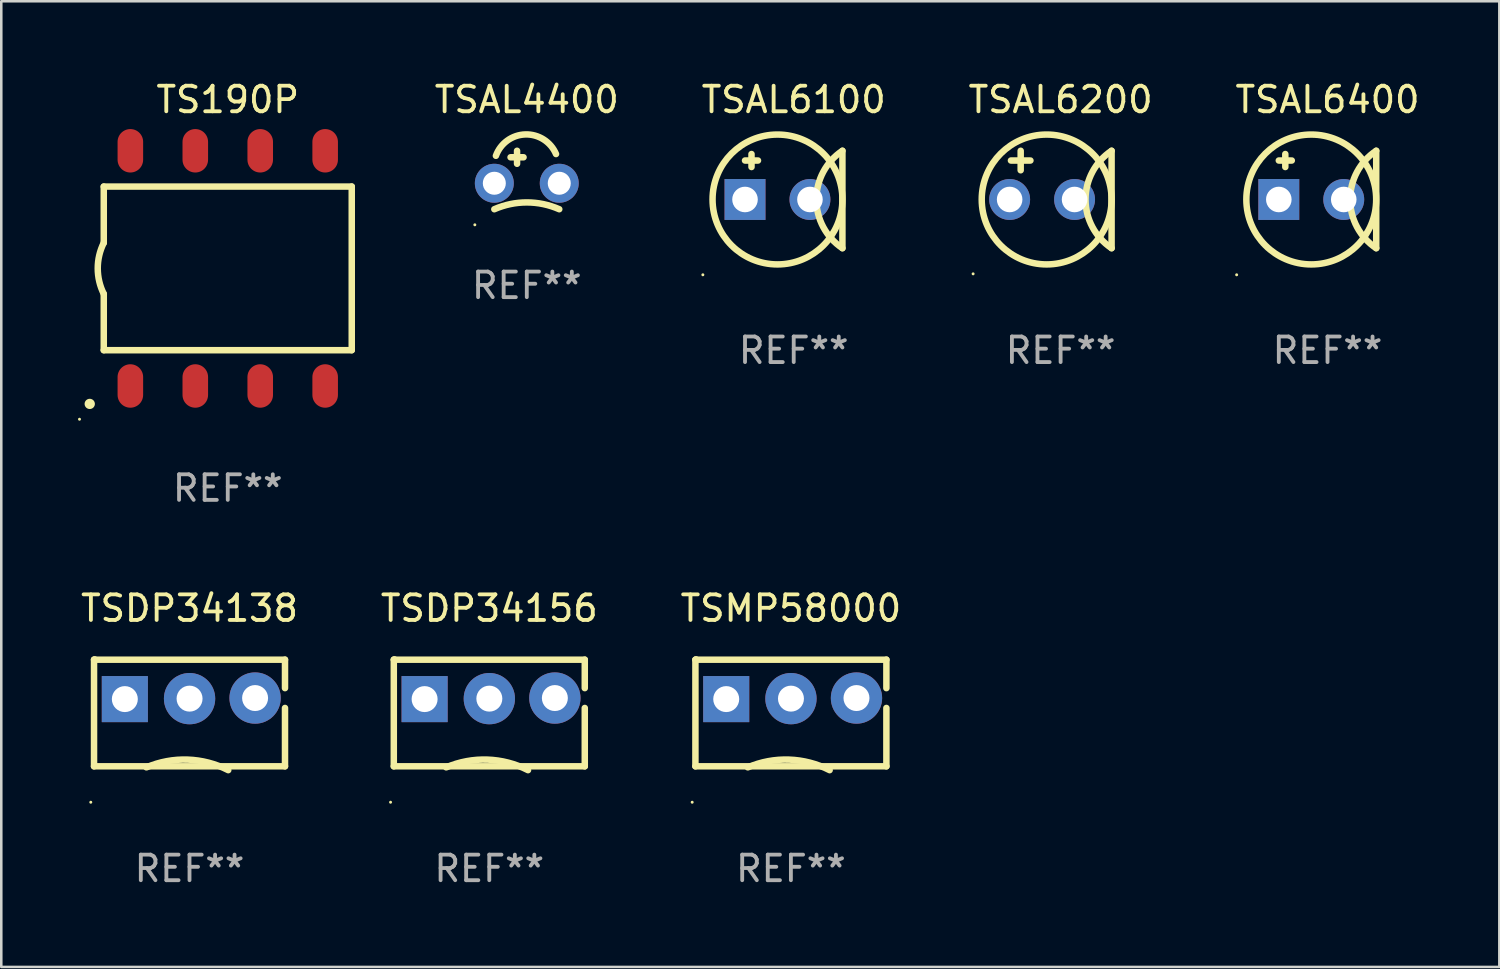
<source format=kicad_pcb>
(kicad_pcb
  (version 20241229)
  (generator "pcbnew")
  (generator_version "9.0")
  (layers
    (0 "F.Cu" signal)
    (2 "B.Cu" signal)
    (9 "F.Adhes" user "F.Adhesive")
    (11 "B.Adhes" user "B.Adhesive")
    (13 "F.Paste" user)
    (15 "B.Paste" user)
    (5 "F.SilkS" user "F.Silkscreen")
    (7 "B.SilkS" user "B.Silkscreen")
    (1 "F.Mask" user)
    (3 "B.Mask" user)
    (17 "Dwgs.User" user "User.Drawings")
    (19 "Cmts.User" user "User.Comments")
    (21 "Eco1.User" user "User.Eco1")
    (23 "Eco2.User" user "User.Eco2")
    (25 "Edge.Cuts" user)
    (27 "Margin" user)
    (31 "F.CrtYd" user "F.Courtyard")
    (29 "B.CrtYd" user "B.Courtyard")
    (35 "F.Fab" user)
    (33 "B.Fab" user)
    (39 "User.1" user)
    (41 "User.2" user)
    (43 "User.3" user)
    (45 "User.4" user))
  (footprint "TSAL6400"
    (layer "F.Cu")
    (at 48.877 4.753)
    (property "Reference" "TSAL6400" (at 0 -3.905 0) (layer "F.SilkS") (effects (font (size 1 1) (thickness 0.15))))
    (attr through_hole)
    (fp_line (start -1.905 -1.524) (end -1.397 -1.524) (stroke (width 0.254) (type solid)) (layer "F.SilkS"))
    (fp_line (start -1.651 -1.778) (end -1.651 -1.27) (stroke (width 0.254) (type solid)) (layer "F.SilkS"))
    (fp_line (start 1.905 1.905) (end 1.905 -1.905) (stroke (width 0.254) (type solid)) (layer "F.SilkS"))
    (fp_arc (start 1.904999 1.905) (mid 0.885477 0) (end 1.904999 -1.905) (stroke (width 0.254001) (type solid)) (layer "F.SilkS"))
    (fp_circle (center -3.554 2.946) (end -3.524 2.946) (stroke (width 0.06) (type solid)) (fill no) (layer "F.SilkS"))
    (fp_circle (center -0.635 0) (end 1.905 0) (stroke (width 0.254) (type solid)) (fill no) (layer "F.SilkS"))
    (fp_text user "REF**" (at 0 5.905 0) (layer "F.Fab") (effects (font (size 1 1) (thickness 0.15))))
    (pad "1" thru_hole rect (at -1.905 0) (size 1.6 1.6) (drill 1) (layers "*.Cu" "*.Mask"))
    (pad "2" thru_hole circle (at 0.635 0) (size 1.6 1.6) (drill 1) (layers "*.Cu" "*.Mask")))
  (footprint "TSAL4400"
    (layer "F.Cu")
    (at 17.556 3.483)
    (property "Reference" "TSAL4400" (at 0 -2.635 0) (layer "F.SilkS") (effects (font (size 1 1) (thickness 0.15))))
    (attr through_hole)
    (fp_line (start -0.635 -0.381) (end -0.127 -0.381) (stroke (width 0.254) (type solid)) (layer "F.SilkS"))
    (fp_line (start -0.381 -0.635) (end -0.381 -0.127) (stroke (width 0.254) (type solid)) (layer "F.SilkS"))
    (fp_arc (start -1.270003 1.651003) (mid 0 1.384802) (end 1.270002 1.651003) (stroke (width 0.254001) (type solid)) (layer "F.SilkS"))
    (fp_arc (start -1.208153 -0.438913) (mid -0.056118 -1.274652) (end 1.143002 -0.508001) (stroke (width 0.254001) (type solid)) (layer "F.SilkS"))
    (fp_circle (center -2.032 2.261) (end -2.002 2.261) (stroke (width 0.06) (type solid)) (fill no) (layer "F.SilkS"))
    (fp_text user "REF**" (at 0 4.635 0) (layer "F.Fab") (effects (font (size 1 1) (thickness 0.15))))
    (pad "1" thru_hole circle (at -1.27 0.635) (size 1.524 1.524) (drill 0.9) (layers "*.Cu" "*.Mask"))
    (pad "2" thru_hole circle (at 1.27 0.635) (size 1.524 1.524) (drill 0.9) (layers "*.Cu" "*.Mask")))
  (footprint "TS190P"
    (layer "F.Cu")
    (at 5.859 7.448)
    (property "Reference" "TS190P" (at 0 -6.6 0) (layer "F.SilkS") (effects (font (size 1 1) (thickness 0.15))))
    (attr through_hole)
    (fp_line (start -4.85 -3.2) (end -4.85 -1) (stroke (width 0.254) (type solid)) (layer "F.SilkS"))
    (fp_line (start -4.85 -3.2) (end 4.85 -3.2) (stroke (width 0.254) (type solid)) (layer "F.SilkS"))
    (fp_line (start -4.85 3.2) (end -4.85 1) (stroke (width 0.254) (type solid)) (layer "F.SilkS"))
    (fp_line (start 4.85 -3.2) (end 4.85 3.2) (stroke (width 0.254) (type solid)) (layer "F.SilkS"))
    (fp_line (start 4.85 3.2) (end -4.85 3.2) (stroke (width 0.254) (type solid)) (layer "F.SilkS"))
    (fp_arc (start -5.400051 5.300991) (mid -5.398781 5.300987) (end -5.397511 5.300991) (stroke (width 0.4) (type solid)) (layer "F.SilkS"))
    (fp_arc (start -4.84887 1.000762) (mid -5.085418 0.000516) (end -4.850013 -1) (stroke (width 0.254001) (type solid)) (layer "F.SilkS"))
    (fp_circle (center -5.799 5.901) (end -5.769 5.901) (stroke (width 0.06) (type solid)) (fill no) (layer "F.SilkS"))
    (fp_text user "REF**" (at 0 8.6 0) (layer "F.Fab") (effects (font (size 1 1) (thickness 0.15))))
    (pad "1" smd oval (at -3.81 4.6) (size 1 1.7) (layers "F.Cu" "F.Mask" "F.Paste"))
    (pad "2" smd oval (at -1.27 4.6) (size 1 1.7) (layers "F.Cu" "F.Mask" "F.Paste"))
    (pad "3" smd oval (at 1.27 4.6) (size 1 1.7) (layers "F.Cu" "F.Mask" "F.Paste"))
    (pad "4" smd oval (at 3.81 4.6) (size 1 1.7) (layers "F.Cu" "F.Mask" "F.Paste"))
    (pad "5" smd oval (at 3.81 -4.6 180) (size 1 1.7) (layers "F.Cu" "F.Mask" "F.Paste"))
    (pad "6" smd oval (at 1.27 -4.6 180) (size 1 1.7) (layers "F.Cu" "F.Mask" "F.Paste"))
    (pad "7" smd oval (at -1.27 -4.6 180) (size 1 1.7) (layers "F.Cu" "F.Mask" "F.Paste"))
    (pad "8" smd oval (at -3.81 -4.6 180) (size 1 1.7) (layers "F.Cu" "F.Mask" "F.Paste")))
  (footprint "TSDP34156"
    (layer "F.Cu")
    (at 16.089 24.835)
    (property "Reference" "TSDP34156" (at 0 -4.09 0) (layer "F.SilkS") (effects (font (size 1 1) (thickness 0.15))))
    (attr through_hole)
    (fp_line (start -3.735 -2.081) (end -3.705 -2.09) (stroke (width 0.254) (type solid)) (layer "F.SilkS"))
    (fp_line (start -3.735 2.09) (end -3.735 -2.081) (stroke (width 0.254) (type solid)) (layer "F.SilkS"))
    (fp_line (start -3.725 -2.08) (end 3.735 -2.081) (stroke (width 0.254) (type solid)) (layer "F.SilkS"))
    (fp_line (start 3.735 -2.081) (end 3.735 -0.968) (stroke (width 0.254) (type solid)) (layer "F.SilkS"))
    (fp_line (start 3.735 -0.192) (end 3.735 2.09) (stroke (width 0.254) (type solid)) (layer "F.SilkS"))
    (fp_line (start 3.735 2.09) (end -3.735 2.09) (stroke (width 0.254) (type solid)) (layer "F.SilkS"))
    (fp_arc (start -1.684912 2.130175) (mid -0.072561 1.828006) (end 1.515241 2.240158) (stroke (width 0.254001) (type solid)) (layer "F.SilkS"))
    (fp_circle (center -3.862 3.495) (end -3.832 3.495) (stroke (width 0.06) (type solid)) (fill no) (layer "F.SilkS"))
    (fp_text user "REF**" (at 0 6.09 0) (layer "F.Fab") (effects (font (size 1 1) (thickness 0.15))))
    (pad "1" thru_hole rect (at -2.53 -0.539) (size 1.803 1.803) (drill 1.016) (layers "*.Cu" "*.Mask"))
    (pad "2" thru_hole circle (at 0.002 -0.557) (size 2.007 2.007) (drill 1.016) (layers "*.Cu" "*.Mask"))
    (pad "3" thru_hole circle (at 2.565 -0.58) (size 2.007 2.007) (drill 1.016) (layers "*.Cu" "*.Mask")))
  (footprint "TSDP34138"
    (layer "F.Cu")
    (at 4.363 24.835)
    (property "Reference" "TSDP34138" (at 0 -4.09 0) (layer "F.SilkS") (effects (font (size 1 1) (thickness 0.15))))
    (attr through_hole)
    (fp_line (start -3.735 -2.081) (end -3.705 -2.09) (stroke (width 0.254) (type solid)) (layer "F.SilkS"))
    (fp_line (start -3.735 2.09) (end -3.735 -2.081) (stroke (width 0.254) (type solid)) (layer "F.SilkS"))
    (fp_line (start -3.725 -2.08) (end 3.735 -2.081) (stroke (width 0.254) (type solid)) (layer "F.SilkS"))
    (fp_line (start 3.735 -2.081) (end 3.735 -0.968) (stroke (width 0.254) (type solid)) (layer "F.SilkS"))
    (fp_line (start 3.735 -0.192) (end 3.735 2.09) (stroke (width 0.254) (type solid)) (layer "F.SilkS"))
    (fp_line (start 3.735 2.09) (end -3.735 2.09) (stroke (width 0.254) (type solid)) (layer "F.SilkS"))
    (fp_arc (start -1.684912 2.130175) (mid -0.072561 1.828006) (end 1.515241 2.240158) (stroke (width 0.254001) (type solid)) (layer "F.SilkS"))
    (fp_circle (center -3.862 3.495) (end -3.832 3.495) (stroke (width 0.06) (type solid)) (fill no) (layer "F.SilkS"))
    (fp_text user "REF**" (at 0 6.09 0) (layer "F.Fab") (effects (font (size 1 1) (thickness 0.15))))
    (pad "1" thru_hole rect (at -2.53 -0.539) (size 1.803 1.803) (drill 1.016) (layers "*.Cu" "*.Mask"))
    (pad "2" thru_hole circle (at 0.002 -0.557) (size 2.007 2.007) (drill 1.016) (layers "*.Cu" "*.Mask"))
    (pad "3" thru_hole circle (at 2.565 -0.58) (size 2.007 2.007) (drill 1.016) (layers "*.Cu" "*.Mask")))
  (footprint "TSAL6100"
    (layer "F.Cu")
    (at 27.997 4.753)
    (property "Reference" "TSAL6100" (at 0 -3.905 0) (layer "F.SilkS") (effects (font (size 1 1) (thickness 0.15))))
    (attr through_hole)
    (fp_line (start -1.905 -1.524) (end -1.397 -1.524) (stroke (width 0.254) (type solid)) (layer "F.SilkS"))
    (fp_line (start -1.651 -1.778) (end -1.651 -1.27) (stroke (width 0.254) (type solid)) (layer "F.SilkS"))
    (fp_line (start 1.905 1.905) (end 1.905 -1.905) (stroke (width 0.254) (type solid)) (layer "F.SilkS"))
    (fp_arc (start 1.904999 1.905) (mid 0.885477 0) (end 1.904999 -1.905) (stroke (width 0.254001) (type solid)) (layer "F.SilkS"))
    (fp_circle (center -3.554 2.946) (end -3.524 2.946) (stroke (width 0.06) (type solid)) (fill no) (layer "F.SilkS"))
    (fp_circle (center -0.635 0) (end 1.905 0) (stroke (width 0.254) (type solid)) (fill no) (layer "F.SilkS"))
    (fp_text user "REF**" (at 0 5.905 0) (layer "F.Fab") (effects (font (size 1 1) (thickness 0.15))))
    (pad "1" thru_hole rect (at -1.905 0) (size 1.6 1.6) (drill 1) (layers "*.Cu" "*.Mask"))
    (pad "2" thru_hole circle (at 0.635 0) (size 1.6 1.6) (drill 1) (layers "*.Cu" "*.Mask")))
  (footprint "TSMP58000"
    (layer "F.Cu")
    (at 27.887 24.835)
    (property "Reference" "TSMP58000" (at 0 -4.09 0) (layer "F.SilkS") (effects (font (size 1 1) (thickness 0.15))))
    (attr through_hole)
    (fp_line (start -3.735 -2.081) (end -3.705 -2.09) (stroke (width 0.254) (type solid)) (layer "F.SilkS"))
    (fp_line (start -3.735 2.09) (end -3.735 -2.081) (stroke (width 0.254) (type solid)) (layer "F.SilkS"))
    (fp_line (start -3.725 -2.08) (end 3.735 -2.081) (stroke (width 0.254) (type solid)) (layer "F.SilkS"))
    (fp_line (start 3.735 -2.081) (end 3.735 -0.968) (stroke (width 0.254) (type solid)) (layer "F.SilkS"))
    (fp_line (start 3.735 -0.192) (end 3.735 2.09) (stroke (width 0.254) (type solid)) (layer "F.SilkS"))
    (fp_line (start 3.735 2.09) (end -3.735 2.09) (stroke (width 0.254) (type solid)) (layer "F.SilkS"))
    (fp_arc (start -1.684912 2.130175) (mid -0.072561 1.828006) (end 1.515241 2.240158) (stroke (width 0.254001) (type solid)) (layer "F.SilkS"))
    (fp_circle (center -3.862 3.495) (end -3.832 3.495) (stroke (width 0.06) (type solid)) (fill no) (layer "F.SilkS"))
    (fp_text user "REF**" (at 0 6.09 0) (layer "F.Fab") (effects (font (size 1 1) (thickness 0.15))))
    (pad "1" thru_hole rect (at -2.53 -0.539) (size 1.803 1.803) (drill 1.016) (layers "*.Cu" "*.Mask"))
    (pad "2" thru_hole circle (at 0.002 -0.557) (size 2.007 2.007) (drill 1.016) (layers "*.Cu" "*.Mask"))
    (pad "3" thru_hole circle (at 2.565 -0.58) (size 2.007 2.007) (drill 1.016) (layers "*.Cu" "*.Mask")))
  (footprint "TSAL6200"
    (layer "F.Cu")
    (at 38.437 4.753)
    (property "Reference" "TSAL6200" (at 0 -3.905 0) (layer "F.SilkS") (effects (font (size 1 1) (thickness 0.15))))
    (attr through_hole)
    (fp_line (start -1.943 -1.524) (end -1.181 -1.524) (stroke (width 0.254) (type solid)) (layer "F.SilkS"))
    (fp_line (start -1.562 -1.143) (end -1.562 -1.905) (stroke (width 0.254) (type solid)) (layer "F.SilkS"))
    (fp_line (start 1.994 1.905) (end 1.994 -1.905) (stroke (width 0.254) (type solid)) (layer "F.SilkS"))
    (fp_arc (start 1.993899 1.905) (mid 0.974377 0) (end 1.993899 -1.905) (stroke (width 0.254001) (type solid)) (layer "F.SilkS"))
    (fp_circle (center -3.423 2.909) (end -3.393 2.909) (stroke (width 0.06) (type solid)) (fill no) (layer "F.SilkS"))
    (fp_circle (center -0.546 0) (end 1.994 0) (stroke (width 0.254) (type solid)) (fill no) (layer "F.SilkS"))
    (fp_text user "REF**" (at 0 5.905 0) (layer "F.Fab") (effects (font (size 1 1) (thickness 0.15))))
    (pad "1" thru_hole circle (at -1.994 0) (size 1.6 1.6) (drill 1) (layers "*.Cu" "*.Mask"))
    (pad "2" thru_hole circle (at 0.546 0) (size 1.6 1.6) (drill 1) (layers "*.Cu" "*.Mask")))
  (gr_rect
    (start -3 -3)
    (end 55.598 34.773)
    (stroke (width 0.1) (type default))
    (fill no)
    (layer "Edge.Cuts")))
</source>
